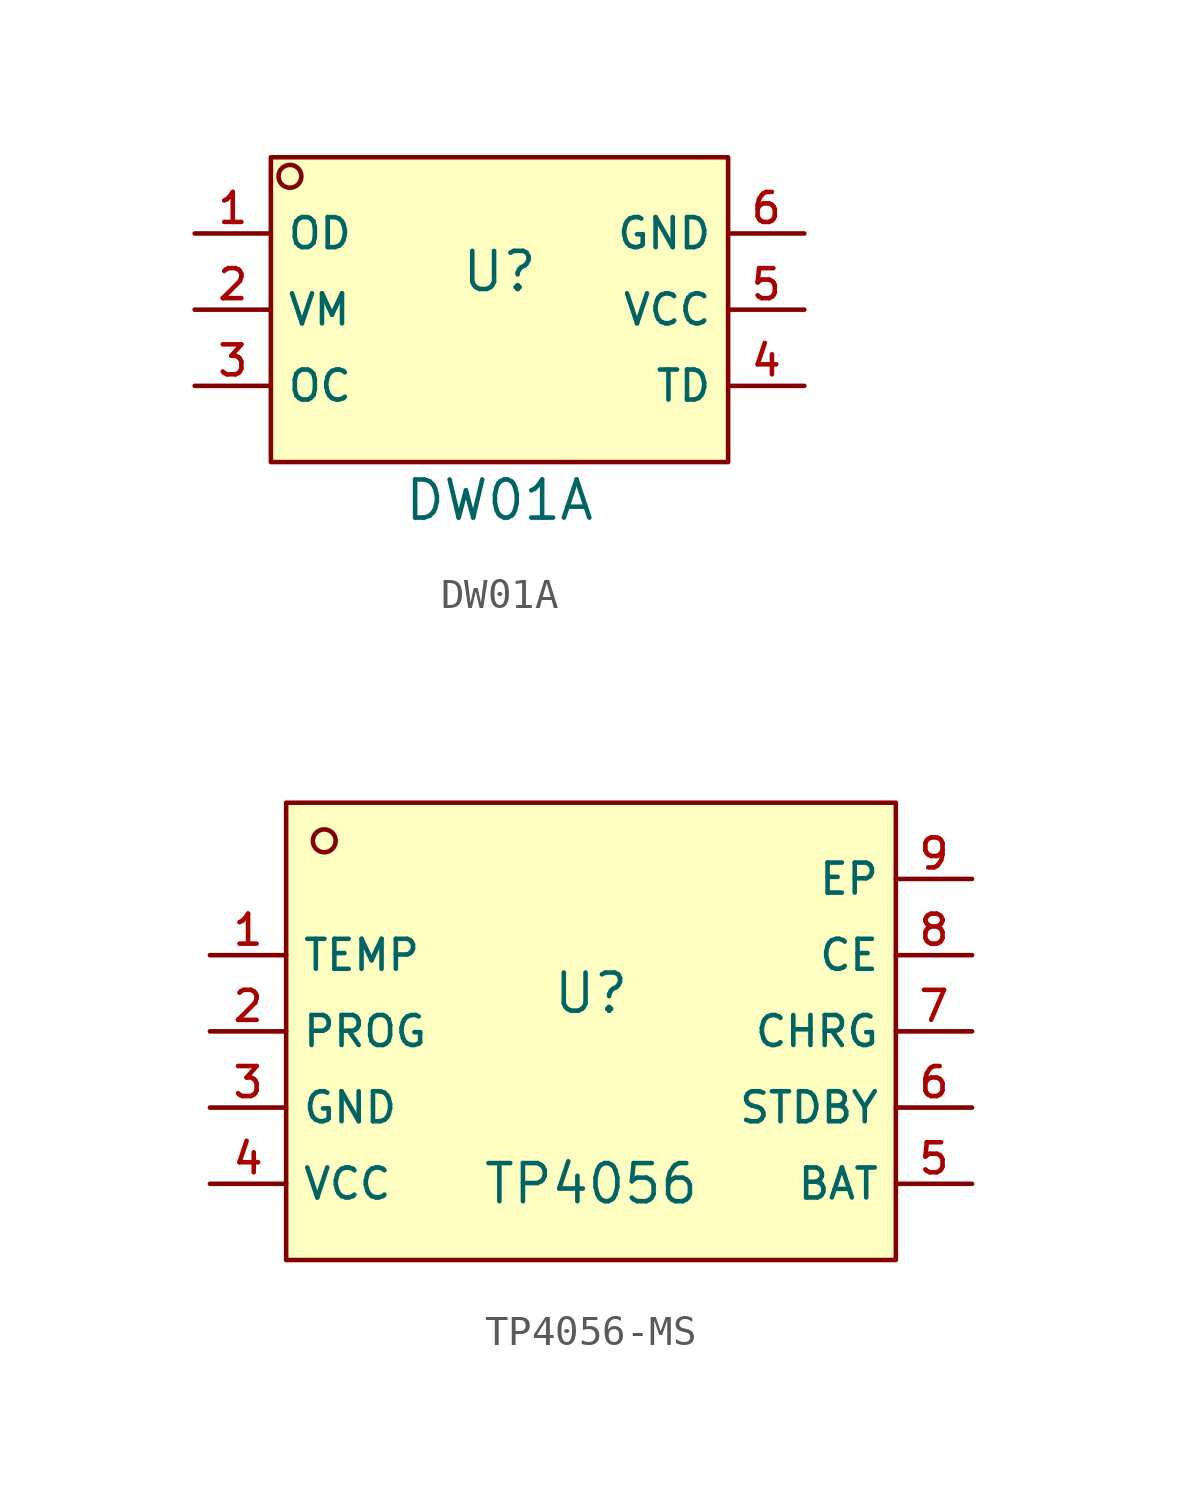
<source format=kicad_sym>
(kicad_symbol_lib
  (version 20220914)
  (generator kicad_symbol_editor)
  (symbol "DW01A"
    (property "Reference" "U"
      (at 0 1.27 0)
      (effects (font (size 1.27 1.27))))
    (property "Value" "DW01A"
      (at 0 -6.35 0)
      (effects (font (size 1.27 1.27))))
    (symbol "DW01A_0_1"
      (rectangle (start -7.62 5.08) (end 7.62 -5.08) (stroke (width 0) (type default)) (fill (type background)))
      (circle (center -6.985 4.445) (radius 0.381) (stroke (width 0) (type default)) (fill (type background)))
      (pin unspecified line (at -10.16 2.54 0) (length 2.54) (name "OD" (effects (font (size 1 1)))) (number "1" (effects (font (size 1 1)))))
      (pin unspecified line (at -10.16 0 0) (length 2.54) (name "VM" (effects (font (size 1 1)))) (number "2" (effects (font (size 1 1)))))
      (pin unspecified line (at -10.16 -2.54 0) (length 2.54) (name "OC" (effects (font (size 1 1)))) (number "3" (effects (font (size 1 1)))))
      (pin unspecified line (at 10.16 -2.54 180) (length 2.54) (name "TD" (effects (font (size 1 1)))) (number "4" (effects (font (size 1 1)))))
      (pin unspecified line (at 10.16 0 180) (length 2.54) (name "VCC" (effects (font (size 1 1)))) (number "5" (effects (font (size 1 1)))))
      (pin unspecified line (at 10.16 2.54 180) (length 2.54) (name "GND" (effects (font (size 1 1)))) (number "6" (effects (font (size 1 1)))))))
  (symbol "TP4056-MS"
    (property "Reference" "U"
      (at 0 1.27 0)
      (effects (font (size 1.27 1.27))))
    (property "Value" "TP4056"
      (at 0 -5.08 0)
      (effects (font (size 1.27 1.27))))
    (symbol "TP4056-MS_0_1"
      (rectangle (start -10.16 7.62) (end 10.16 -7.62) (stroke (width 0) (type default)) (fill (type background)))
      (circle (center -8.89 6.35) (radius 0.381) (stroke (width 0) (type default)) (fill (type background)))
      (pin unspecified line (at -12.7 2.54 0) (length 2.54) (name "TEMP" (effects (font (size 1 1)))) (number "1" (effects (font (size 1 1)))))
      (pin unspecified line (at -12.7 0 0) (length 2.54) (name "PROG" (effects (font (size 1 1)))) (number "2" (effects (font (size 1 1)))))
      (pin unspecified line (at -12.7 -2.54 0) (length 2.54) (name "GND" (effects (font (size 1 1)))) (number "3" (effects (font (size 1 1)))))
      (pin unspecified line (at -12.7 -5.08 0) (length 2.54) (name "VCC" (effects (font (size 1 1)))) (number "4" (effects (font (size 1 1)))))
      (pin unspecified line (at 12.7 -5.08 180) (length 2.54) (name "BAT" (effects (font (size 1 1)))) (number "5" (effects (font (size 1 1)))))
      (pin unspecified line (at 12.7 -2.54 180) (length 2.54) (name "STDBY" (effects (font (size 1 1)))) (number "6" (effects (font (size 1 1)))))
      (pin unspecified line (at 12.7 0 180) (length 2.54) (name "CHRG" (effects (font (size 1 1)))) (number "7" (effects (font (size 1 1)))))
      (pin unspecified line (at 12.7 2.54 180) (length 2.54) (name "CE" (effects (font (size 1 1)))) (number "8" (effects (font (size 1 1)))))
      (pin unspecified line (at 12.7 5.08 180) (length 2.54) (name "EP" (effects (font (size 1 1)))) (number "9" (effects (font (size 1 1))))))))
</source>
